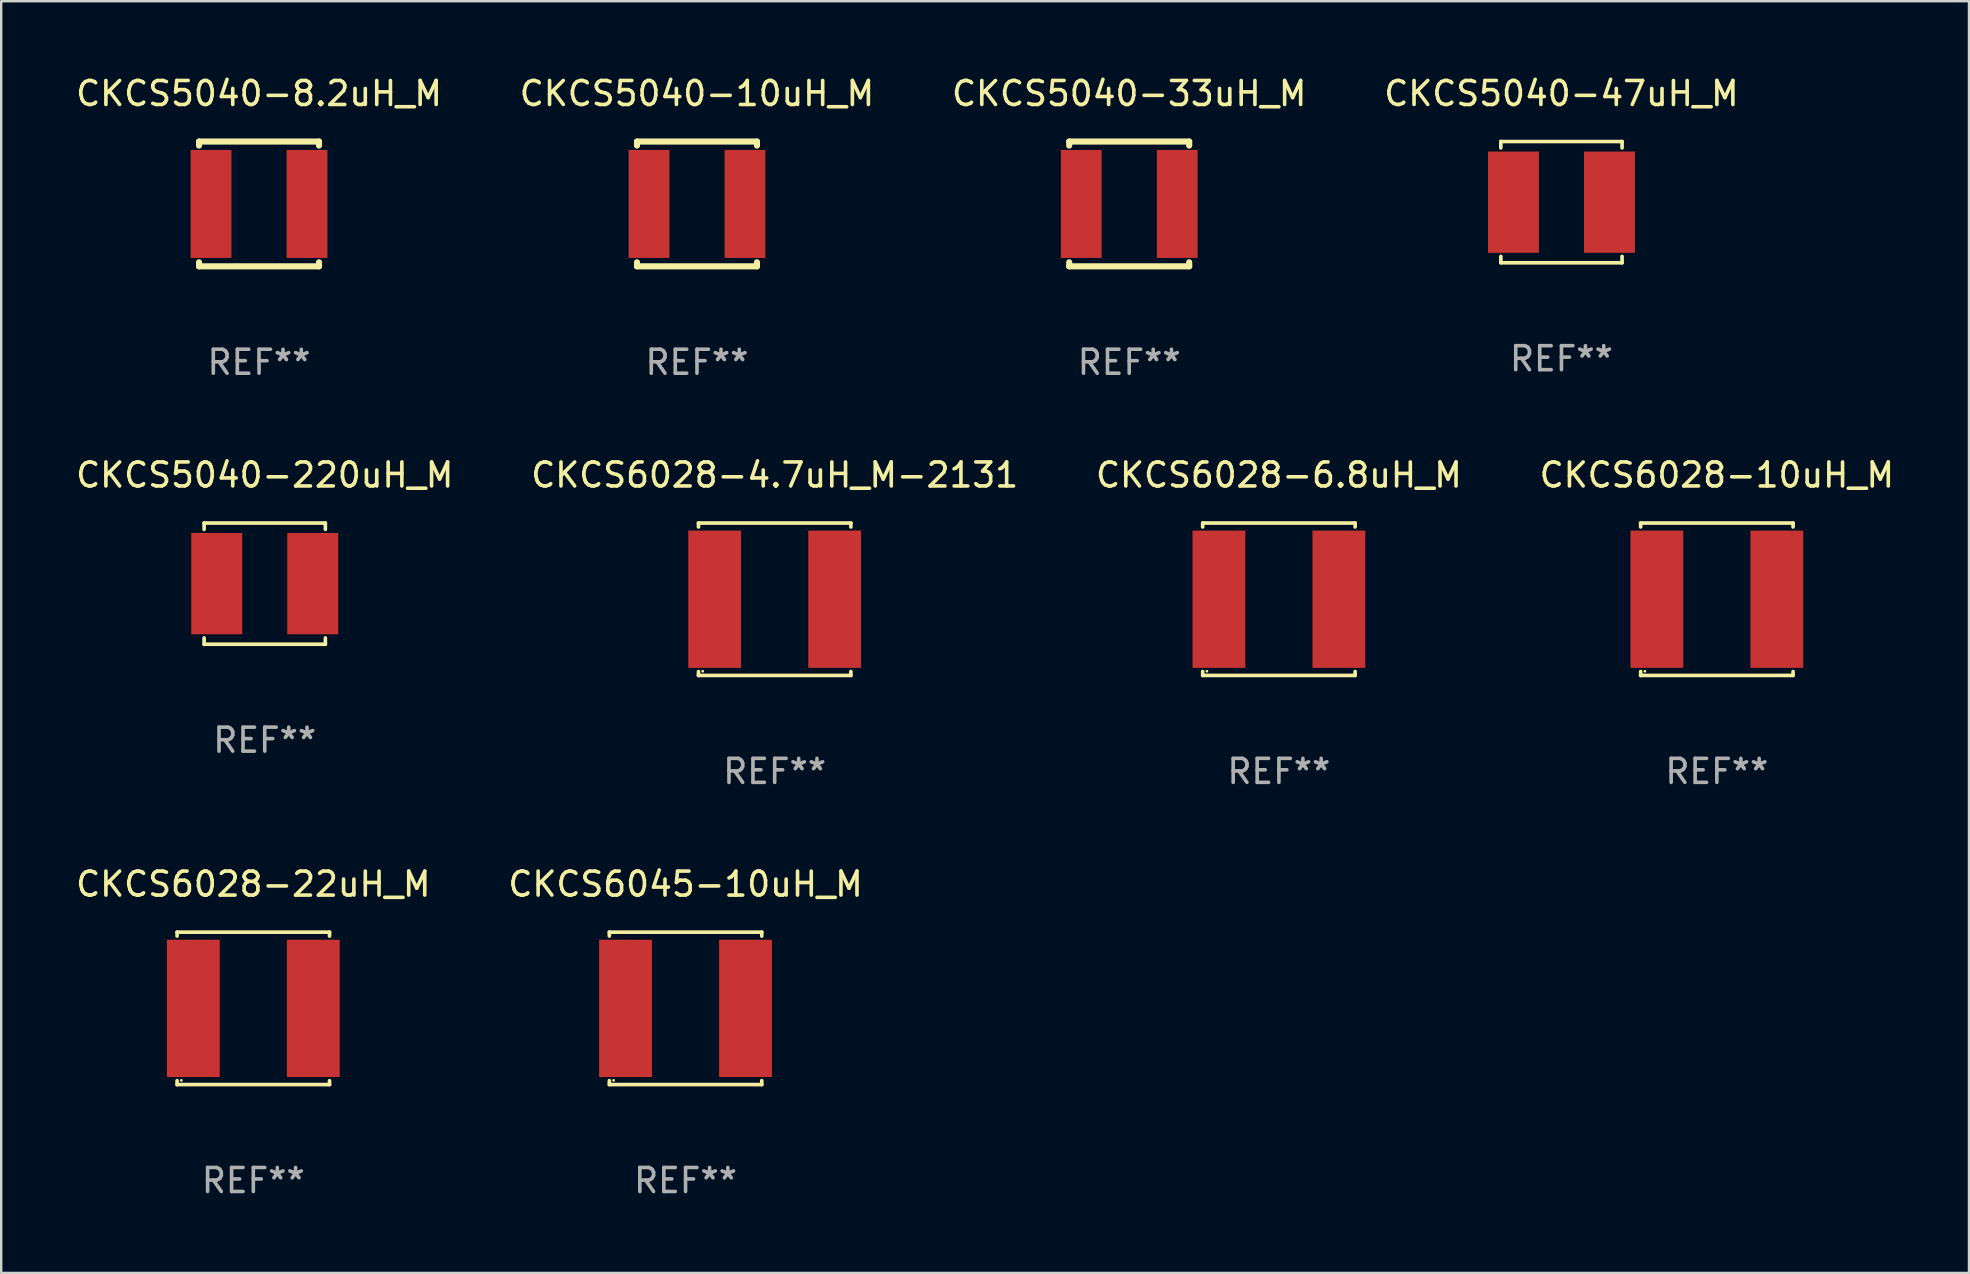
<source format=kicad_pcb>
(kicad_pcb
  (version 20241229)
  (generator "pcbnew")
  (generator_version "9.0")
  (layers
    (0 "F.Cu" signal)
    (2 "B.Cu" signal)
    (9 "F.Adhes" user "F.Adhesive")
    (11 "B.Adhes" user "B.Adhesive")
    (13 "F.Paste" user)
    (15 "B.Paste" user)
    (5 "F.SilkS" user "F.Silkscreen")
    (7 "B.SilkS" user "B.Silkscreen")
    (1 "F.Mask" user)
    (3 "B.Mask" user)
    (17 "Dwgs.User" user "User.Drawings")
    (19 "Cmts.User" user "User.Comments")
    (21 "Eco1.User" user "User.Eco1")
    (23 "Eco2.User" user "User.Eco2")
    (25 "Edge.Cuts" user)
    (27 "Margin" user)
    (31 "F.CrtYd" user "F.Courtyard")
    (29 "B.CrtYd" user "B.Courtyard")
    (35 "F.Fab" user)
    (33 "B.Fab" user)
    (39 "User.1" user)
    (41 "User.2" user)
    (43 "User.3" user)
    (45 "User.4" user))
  (footprint "CKCS5040-33uH_M"
    (layer "F.Cu")
    (at 44.006 5.448)
    (property "Reference" "CKCS5040-33uH_M" (at 0 -4.6 0) (layer "F.SilkS") (effects (font (size 1 1) (thickness 0.15))))
    (attr through_hole)
    (fp_line (start -2.5 -2.6) (end -2.5 -2.431) (stroke (width 0.254) (type solid)) (layer "F.SilkS"))
    (fp_line (start -2.5 -2.6) (end 2.5 -2.6) (stroke (width 0.254) (type solid)) (layer "F.SilkS"))
    (fp_line (start -2.5 2.431) (end -2.5 2.6) (stroke (width 0.254) (type solid)) (layer "F.SilkS"))
    (fp_line (start -2.5 2.6) (end 2.5 2.6) (stroke (width 0.254) (type solid)) (layer "F.SilkS"))
    (fp_line (start 2.5 -2.431) (end 2.5 -2.6) (stroke (width 0.254) (type solid)) (layer "F.SilkS"))
    (fp_line (start 2.5 2.6) (end 2.5 2.431) (stroke (width 0.254) (type solid)) (layer "F.SilkS"))
    (fp_circle (center -2.5 2.5) (end -2.47 2.5) (stroke (width 0.06) (type solid)) (fill no) (layer "F.SilkS"))
    (fp_text user "REF**" (at 0 6.6 0) (layer "F.Fab") (effects (font (size 1 1) (thickness 0.15))))
    (pad "1" smd rect (at -2 0) (size 1.7 4.5) (layers "F.Cu" "F.Mask" "F.Paste"))
    (pad "2" smd rect (at 2 0) (size 1.7 4.5) (layers "F.Cu" "F.Mask" "F.Paste")))
  (footprint "CKCS6028-4.7uH_M-2131"
    (layer "F.Cu")
    (at 29.232 21.921)
    (property "Reference" "CKCS6028-4.7uH_M-2131" (at 0 -5.176 0) (layer "F.SilkS") (effects (font (size 1 1) (thickness 0.15))))
    (attr through_hole)
    (fp_line (start -3.176 -3.176) (end 3.176 -3.176) (stroke (width 0.152) (type solid)) (layer "F.SilkS"))
    (fp_line (start -3.176 -3.012) (end -3.176 -3.176) (stroke (width 0.152) (type solid)) (layer "F.SilkS"))
    (fp_line (start -3.176 3.012) (end -3.176 3.176) (stroke (width 0.152) (type solid)) (layer "F.SilkS"))
    (fp_line (start -3.176 3.176) (end 3.176 3.176) (stroke (width 0.152) (type solid)) (layer "F.SilkS"))
    (fp_line (start 3.176 -3.176) (end 3.176 -3.012) (stroke (width 0.152) (type solid)) (layer "F.SilkS"))
    (fp_line (start 3.176 3.176) (end 3.176 3.012) (stroke (width 0.152) (type solid)) (layer "F.SilkS"))
    (fp_circle (center -3 3) (end -2.97 3) (stroke (width 0.06) (type solid)) (fill no) (layer "F.SilkS"))
    (fp_text user "REF**" (at 0 7.176 0) (layer "F.Fab") (effects (font (size 1 1) (thickness 0.15))))
    (pad "1" smd rect (at -2.5 0) (size 2.2 5.72) (layers "F.Cu" "F.Mask" "F.Paste"))
    (pad "2" smd rect (at 2.5 0) (size 2.2 5.72) (layers "F.Cu" "F.Mask" "F.Paste")))
  (footprint "CKCS5040-10uH_M"
    (layer "F.Cu")
    (at 25.994 5.448)
    (property "Reference" "CKCS5040-10uH_M" (at 0 -4.6 0) (layer "F.SilkS") (effects (font (size 1 1) (thickness 0.15))))
    (attr through_hole)
    (fp_line (start -2.5 -2.6) (end -2.5 -2.431) (stroke (width 0.254) (type solid)) (layer "F.SilkS"))
    (fp_line (start -2.5 -2.6) (end 2.5 -2.6) (stroke (width 0.254) (type solid)) (layer "F.SilkS"))
    (fp_line (start -2.5 2.431) (end -2.5 2.6) (stroke (width 0.254) (type solid)) (layer "F.SilkS"))
    (fp_line (start -2.5 2.6) (end 2.5 2.6) (stroke (width 0.254) (type solid)) (layer "F.SilkS"))
    (fp_line (start 2.5 -2.431) (end 2.5 -2.6) (stroke (width 0.254) (type solid)) (layer "F.SilkS"))
    (fp_line (start 2.5 2.6) (end 2.5 2.431) (stroke (width 0.254) (type solid)) (layer "F.SilkS"))
    (fp_circle (center -2.5 2.5) (end -2.47 2.5) (stroke (width 0.06) (type solid)) (fill no) (layer "F.SilkS"))
    (fp_text user "REF**" (at 0 6.6 0) (layer "F.Fab") (effects (font (size 1 1) (thickness 0.15))))
    (pad "1" smd rect (at -2 0) (size 1.7 4.5) (layers "F.Cu" "F.Mask" "F.Paste"))
    (pad "2" smd rect (at 2 0) (size 1.7 4.5) (layers "F.Cu" "F.Mask" "F.Paste")))
  (footprint "CKCS6028-10uH_M"
    (layer "F.Cu")
    (at 68.494 21.921)
    (property "Reference" "CKCS6028-10uH_M" (at 0 -5.176 0) (layer "F.SilkS") (effects (font (size 1 1) (thickness 0.15))))
    (attr through_hole)
    (fp_line (start -3.176 -3.176) (end 3.176 -3.176) (stroke (width 0.152) (type solid)) (layer "F.SilkS"))
    (fp_line (start -3.176 -3.012) (end -3.176 -3.176) (stroke (width 0.152) (type solid)) (layer "F.SilkS"))
    (fp_line (start -3.176 3.012) (end -3.176 3.176) (stroke (width 0.152) (type solid)) (layer "F.SilkS"))
    (fp_line (start -3.176 3.176) (end 3.176 3.176) (stroke (width 0.152) (type solid)) (layer "F.SilkS"))
    (fp_line (start 3.176 -3.176) (end 3.176 -3.012) (stroke (width 0.152) (type solid)) (layer "F.SilkS"))
    (fp_line (start 3.176 3.176) (end 3.176 3.012) (stroke (width 0.152) (type solid)) (layer "F.SilkS"))
    (fp_circle (center -3 3) (end -2.97 3) (stroke (width 0.06) (type solid)) (fill no) (layer "F.SilkS"))
    (fp_text user "REF**" (at 0 7.176 0) (layer "F.Fab") (effects (font (size 1 1) (thickness 0.15))))
    (pad "1" smd rect (at -2.5 0) (size 2.2 5.72) (layers "F.Cu" "F.Mask" "F.Paste"))
    (pad "2" smd rect (at 2.5 0) (size 2.2 5.72) (layers "F.Cu" "F.Mask" "F.Paste")))
  (footprint "CKCS5040-8.2uH_M"
    (layer "F.Cu")
    (at 7.744 5.448)
    (property "Reference" "CKCS5040-8.2uH_M" (at 0 -4.6 0) (layer "F.SilkS") (effects (font (size 1 1) (thickness 0.15))))
    (attr through_hole)
    (fp_line (start -2.5 -2.6) (end -2.5 -2.431) (stroke (width 0.254) (type solid)) (layer "F.SilkS"))
    (fp_line (start -2.5 -2.6) (end 2.5 -2.6) (stroke (width 0.254) (type solid)) (layer "F.SilkS"))
    (fp_line (start -2.5 2.431) (end -2.5 2.6) (stroke (width 0.254) (type solid)) (layer "F.SilkS"))
    (fp_line (start -2.5 2.6) (end 2.5 2.6) (stroke (width 0.254) (type solid)) (layer "F.SilkS"))
    (fp_line (start 2.5 -2.431) (end 2.5 -2.6) (stroke (width 0.254) (type solid)) (layer "F.SilkS"))
    (fp_line (start 2.5 2.6) (end 2.5 2.431) (stroke (width 0.254) (type solid)) (layer "F.SilkS"))
    (fp_circle (center -2.5 2.5) (end -2.47 2.5) (stroke (width 0.06) (type solid)) (fill no) (layer "F.SilkS"))
    (fp_text user "REF**" (at 0 6.6 0) (layer "F.Fab") (effects (font (size 1 1) (thickness 0.15))))
    (pad "1" smd rect (at -2 0) (size 1.7 4.5) (layers "F.Cu" "F.Mask" "F.Paste"))
    (pad "2" smd rect (at 2 0) (size 1.7 4.5) (layers "F.Cu" "F.Mask" "F.Paste")))
  (footprint "CKCS5040-220uH_M"
    (layer "F.Cu")
    (at 7.982 21.271)
    (property "Reference" "CKCS5040-220uH_M" (at 0 -4.526 0) (layer "F.SilkS") (effects (font (size 1 1) (thickness 0.15))))
    (attr through_hole)
    (fp_line (start -2.526 -2.526) (end 2.526 -2.526) (stroke (width 0.152) (type solid)) (layer "F.SilkS"))
    (fp_line (start -2.526 -2.262) (end -2.526 -2.526) (stroke (width 0.152) (type solid)) (layer "F.SilkS"))
    (fp_line (start -2.526 2.262) (end -2.526 2.526) (stroke (width 0.152) (type solid)) (layer "F.SilkS"))
    (fp_line (start -2.526 2.526) (end 2.526 2.526) (stroke (width 0.152) (type solid)) (layer "F.SilkS"))
    (fp_line (start 2.526 -2.526) (end 2.526 -2.262) (stroke (width 0.152) (type solid)) (layer "F.SilkS"))
    (fp_line (start 2.526 2.526) (end 2.526 2.262) (stroke (width 0.152) (type solid)) (layer "F.SilkS"))
    (fp_circle (center 2.5 -2.5) (end 2.53 -2.5) (stroke (width 0.06) (type solid)) (fill no) (layer "F.SilkS"))
    (fp_text user "REF**" (at 0 6.526 0) (layer "F.Fab") (effects (font (size 1 1) (thickness 0.15))))
    (pad "1" smd rect (at 2 0) (size 2.124 4.22) (layers "F.Cu" "F.Mask" "F.Paste"))
    (pad "2" smd rect (at -2 0) (size 2.124 4.22) (layers "F.Cu" "F.Mask" "F.Paste")))
  (footprint "CKCS6028-6.8uH_M"
    (layer "F.Cu")
    (at 50.244 21.921)
    (property "Reference" "CKCS6028-6.8uH_M" (at 0 -5.176 0) (layer "F.SilkS") (effects (font (size 1 1) (thickness 0.15))))
    (attr through_hole)
    (fp_line (start -3.176 -3.176) (end 3.176 -3.176) (stroke (width 0.152) (type solid)) (layer "F.SilkS"))
    (fp_line (start -3.176 -3.012) (end -3.176 -3.176) (stroke (width 0.152) (type solid)) (layer "F.SilkS"))
    (fp_line (start -3.176 3.012) (end -3.176 3.176) (stroke (width 0.152) (type solid)) (layer "F.SilkS"))
    (fp_line (start -3.176 3.176) (end 3.176 3.176) (stroke (width 0.152) (type solid)) (layer "F.SilkS"))
    (fp_line (start 3.176 -3.176) (end 3.176 -3.012) (stroke (width 0.152) (type solid)) (layer "F.SilkS"))
    (fp_line (start 3.176 3.176) (end 3.176 3.012) (stroke (width 0.152) (type solid)) (layer "F.SilkS"))
    (fp_circle (center -3 3) (end -2.97 3) (stroke (width 0.06) (type solid)) (fill no) (layer "F.SilkS"))
    (fp_text user "REF**" (at 0 7.176 0) (layer "F.Fab") (effects (font (size 1 1) (thickness 0.15))))
    (pad "1" smd rect (at -2.5 0) (size 2.2 5.72) (layers "F.Cu" "F.Mask" "F.Paste"))
    (pad "2" smd rect (at 2.5 0) (size 2.2 5.72) (layers "F.Cu" "F.Mask" "F.Paste")))
  (footprint "CKCS5040-47uH_M"
    (layer "F.Cu")
    (at 62.018 5.374)
    (property "Reference" "CKCS5040-47uH_M" (at 0 -4.526 0) (layer "F.SilkS") (effects (font (size 1 1) (thickness 0.15))))
    (attr through_hole)
    (fp_line (start -2.526 -2.526) (end 2.526 -2.526) (stroke (width 0.152) (type solid)) (layer "F.SilkS"))
    (fp_line (start -2.526 -2.262) (end -2.526 -2.526) (stroke (width 0.152) (type solid)) (layer "F.SilkS"))
    (fp_line (start -2.526 2.262) (end -2.526 2.526) (stroke (width 0.152) (type solid)) (layer "F.SilkS"))
    (fp_line (start -2.526 2.526) (end 2.526 2.526) (stroke (width 0.152) (type solid)) (layer "F.SilkS"))
    (fp_line (start 2.526 -2.526) (end 2.526 -2.262) (stroke (width 0.152) (type solid)) (layer "F.SilkS"))
    (fp_line (start 2.526 2.526) (end 2.526 2.262) (stroke (width 0.152) (type solid)) (layer "F.SilkS"))
    (fp_circle (center 2.5 -2.5) (end 2.53 -2.5) (stroke (width 0.06) (type solid)) (fill no) (layer "F.SilkS"))
    (fp_text user "REF**" (at 0 6.526 0) (layer "F.Fab") (effects (font (size 1 1) (thickness 0.15))))
    (pad "1" smd rect (at 2 0) (size 2.124 4.22) (layers "F.Cu" "F.Mask" "F.Paste"))
    (pad "2" smd rect (at -2 0) (size 2.124 4.22) (layers "F.Cu" "F.Mask" "F.Paste")))
  (footprint "CKCS6028-22uH_M"
    (layer "F.Cu")
    (at 7.506 38.97)
    (property "Reference" "CKCS6028-22uH_M" (at 0 -5.176 0) (layer "F.SilkS") (effects (font (size 1 1) (thickness 0.15))))
    (attr through_hole)
    (fp_line (start -3.176 -3.176) (end 3.176 -3.176) (stroke (width 0.152) (type solid)) (layer "F.SilkS"))
    (fp_line (start -3.176 -3.012) (end -3.176 -3.176) (stroke (width 0.152) (type solid)) (layer "F.SilkS"))
    (fp_line (start -3.176 3.012) (end -3.176 3.176) (stroke (width 0.152) (type solid)) (layer "F.SilkS"))
    (fp_line (start -3.176 3.176) (end 3.176 3.176) (stroke (width 0.152) (type solid)) (layer "F.SilkS"))
    (fp_line (start 3.176 -3.176) (end 3.176 -3.012) (stroke (width 0.152) (type solid)) (layer "F.SilkS"))
    (fp_line (start 3.176 3.176) (end 3.176 3.012) (stroke (width 0.152) (type solid)) (layer "F.SilkS"))
    (fp_circle (center -3 3) (end -2.97 3) (stroke (width 0.06) (type solid)) (fill no) (layer "F.SilkS"))
    (fp_text user "REF**" (at 0 7.176 0) (layer "F.Fab") (effects (font (size 1 1) (thickness 0.15))))
    (pad "1" smd rect (at -2.5 0) (size 2.2 5.72) (layers "F.Cu" "F.Mask" "F.Paste"))
    (pad "2" smd rect (at 2.5 0) (size 2.2 5.72) (layers "F.Cu" "F.Mask" "F.Paste")))
  (footprint "CKCS6045-10uH_M"
    (layer "F.Cu")
    (at 25.518 38.97)
    (property "Reference" "CKCS6045-10uH_M" (at 0 -5.176 0) (layer "F.SilkS") (effects (font (size 1 1) (thickness 0.15))))
    (attr through_hole)
    (fp_line (start -3.176 -3.176) (end 3.176 -3.176) (stroke (width 0.152) (type solid)) (layer "F.SilkS"))
    (fp_line (start -3.176 -3.012) (end -3.176 -3.176) (stroke (width 0.152) (type solid)) (layer "F.SilkS"))
    (fp_line (start -3.176 3.012) (end -3.176 3.176) (stroke (width 0.152) (type solid)) (layer "F.SilkS"))
    (fp_line (start -3.176 3.176) (end 3.176 3.176) (stroke (width 0.152) (type solid)) (layer "F.SilkS"))
    (fp_line (start 3.176 -3.176) (end 3.176 -3.012) (stroke (width 0.152) (type solid)) (layer "F.SilkS"))
    (fp_line (start 3.176 3.176) (end 3.176 3.012) (stroke (width 0.152) (type solid)) (layer "F.SilkS"))
    (fp_circle (center -3 3) (end -2.97 3) (stroke (width 0.06) (type solid)) (fill no) (layer "F.SilkS"))
    (fp_text user "REF**" (at 0 7.176 0) (layer "F.Fab") (effects (font (size 1 1) (thickness 0.15))))
    (pad "1" smd rect (at -2.5 0) (size 2.2 5.72) (layers "F.Cu" "F.Mask" "F.Paste"))
    (pad "2" smd rect (at 2.5 0) (size 2.2 5.72) (layers "F.Cu" "F.Mask" "F.Paste")))
  (gr_rect
    (start -3 -3)
    (end 79 49.994)
    (stroke (width 0.1) (type default))
    (fill no)
    (layer "Edge.Cuts")))
</source>
